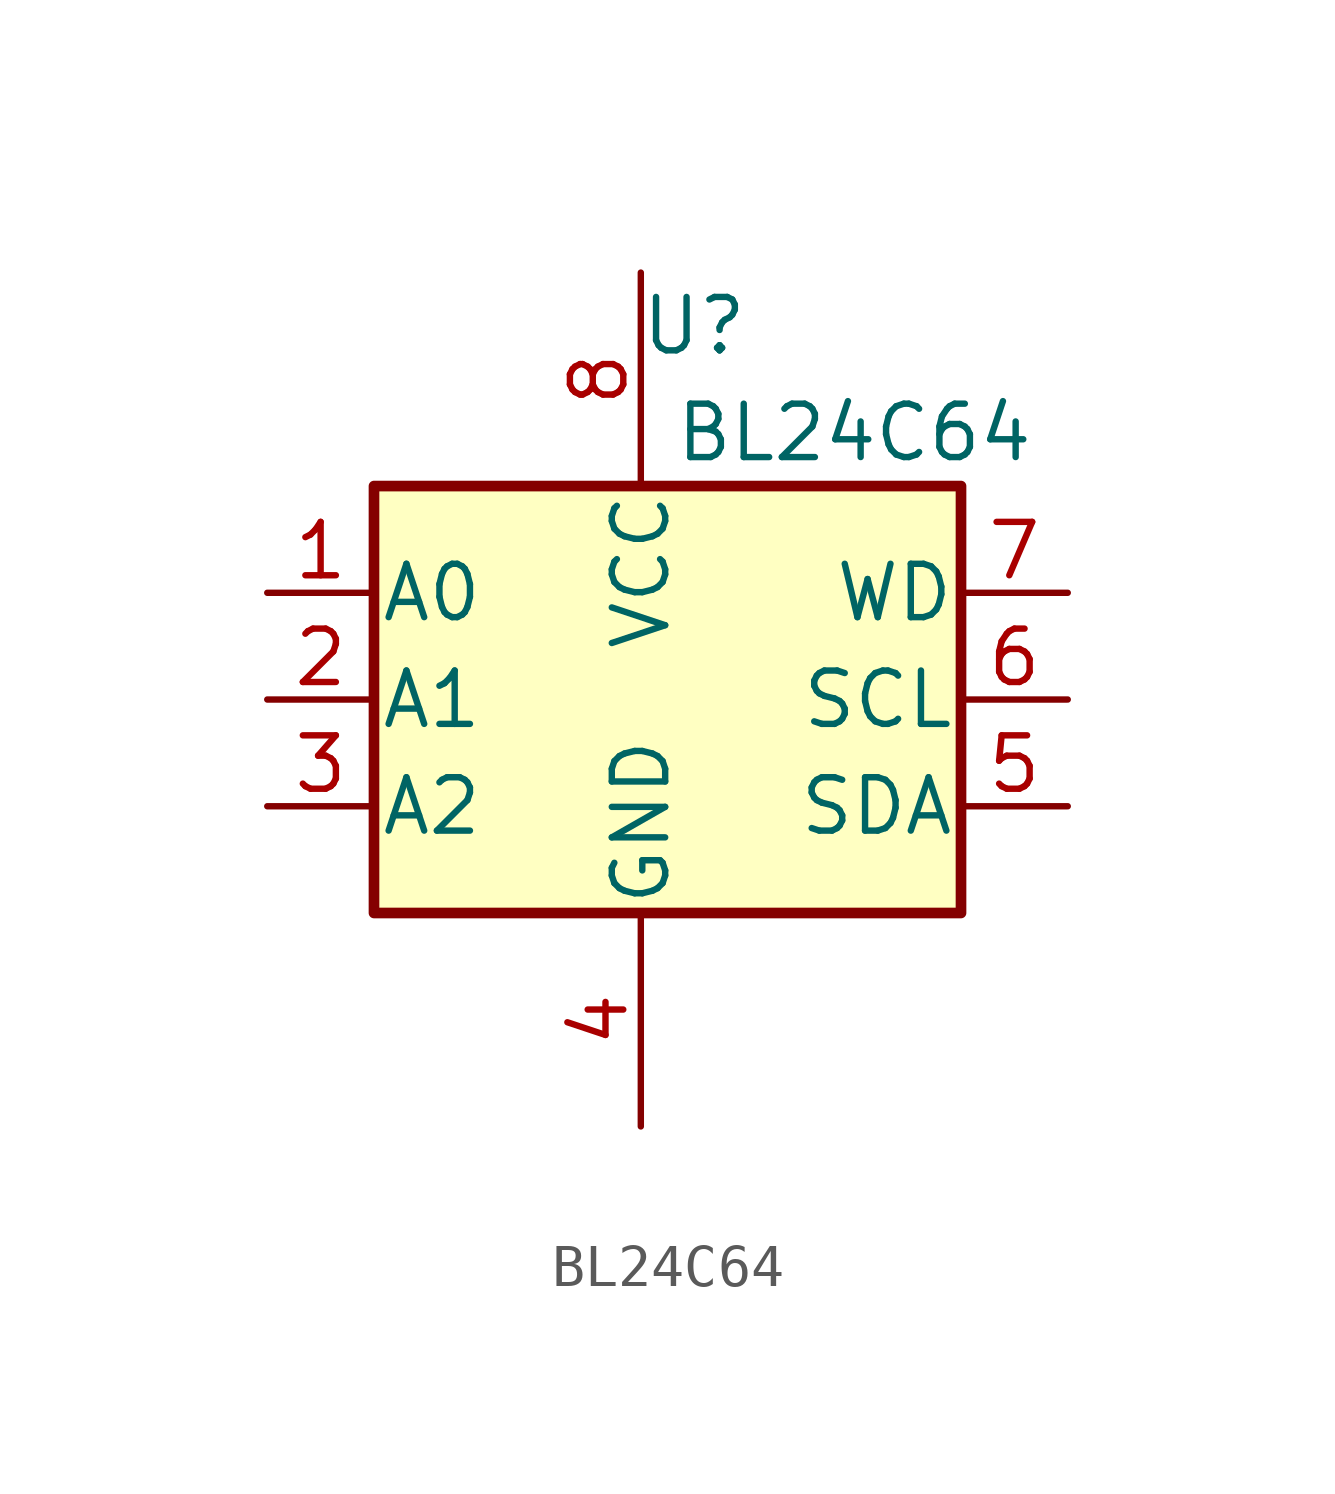
<source format=kicad_sym>
(kicad_symbol_lib
  (version 20220914)
  (generator kicad_symbol_editor)
  (symbol "BL24C64"
    (pin_names
      (offset 0.127))
    (property "Reference" "U"
      (at 1.27 8.89 0)
      (effects (font (size 1.27 1.27))))
    (property "Value" "BL24C64"
      (at 5.08 6.35 0)
      (effects (font (size 1.27 1.27))))
    (symbol "BL24C64_0_1"
      (rectangle (start -6.35 5.08) (end 7.62 -5.08) (stroke (width 0.254) (type default)) (fill (type background))))
    (symbol "BL24C64_1_1"
      (pin input line (at -8.89 2.54 0) (length 2.54) (name "A0" (effects (font (size 1.27 1.27)))) (number "1" (effects (font (size 1.27 1.27)))))
      (pin input line (at -8.89 0 0) (length 2.54) (name "A1" (effects (font (size 1.27 1.27)))) (number "2" (effects (font (size 1.27 1.27)))))
      (pin input line (at -8.89 -2.54 0) (length 2.54) (name "A2" (effects (font (size 1.27 1.27)))) (number "3" (effects (font (size 1.27 1.27)))))
      (pin power_in line (at 0 -10.16 90) (length 5.08) (name "GND" (effects (font (size 1.27 1.27)))) (number "4" (effects (font (size 1.27 1.27)))))
      (pin bidirectional line (at 10.16 -2.54 180) (length 2.54) (name "SDA" (effects (font (size 1.27 1.27)))) (number "5" (effects (font (size 1.27 1.27)))))
      (pin bidirectional line (at 10.16 0 180) (length 2.54) (name "SCL" (effects (font (size 1.27 1.27)))) (number "6" (effects (font (size 1.27 1.27)))))
      (pin bidirectional line (at 10.16 2.54 180) (length 2.54) (name "WD" (effects (font (size 1.27 1.27)))) (number "7" (effects (font (size 1.27 1.27)))))
      (pin power_in line (at 0 10.16 270) (length 5.08) (name "VCC" (effects (font (size 1.27 1.27)))) (number "8" (effects (font (size 1.27 1.27))))))))
</source>
